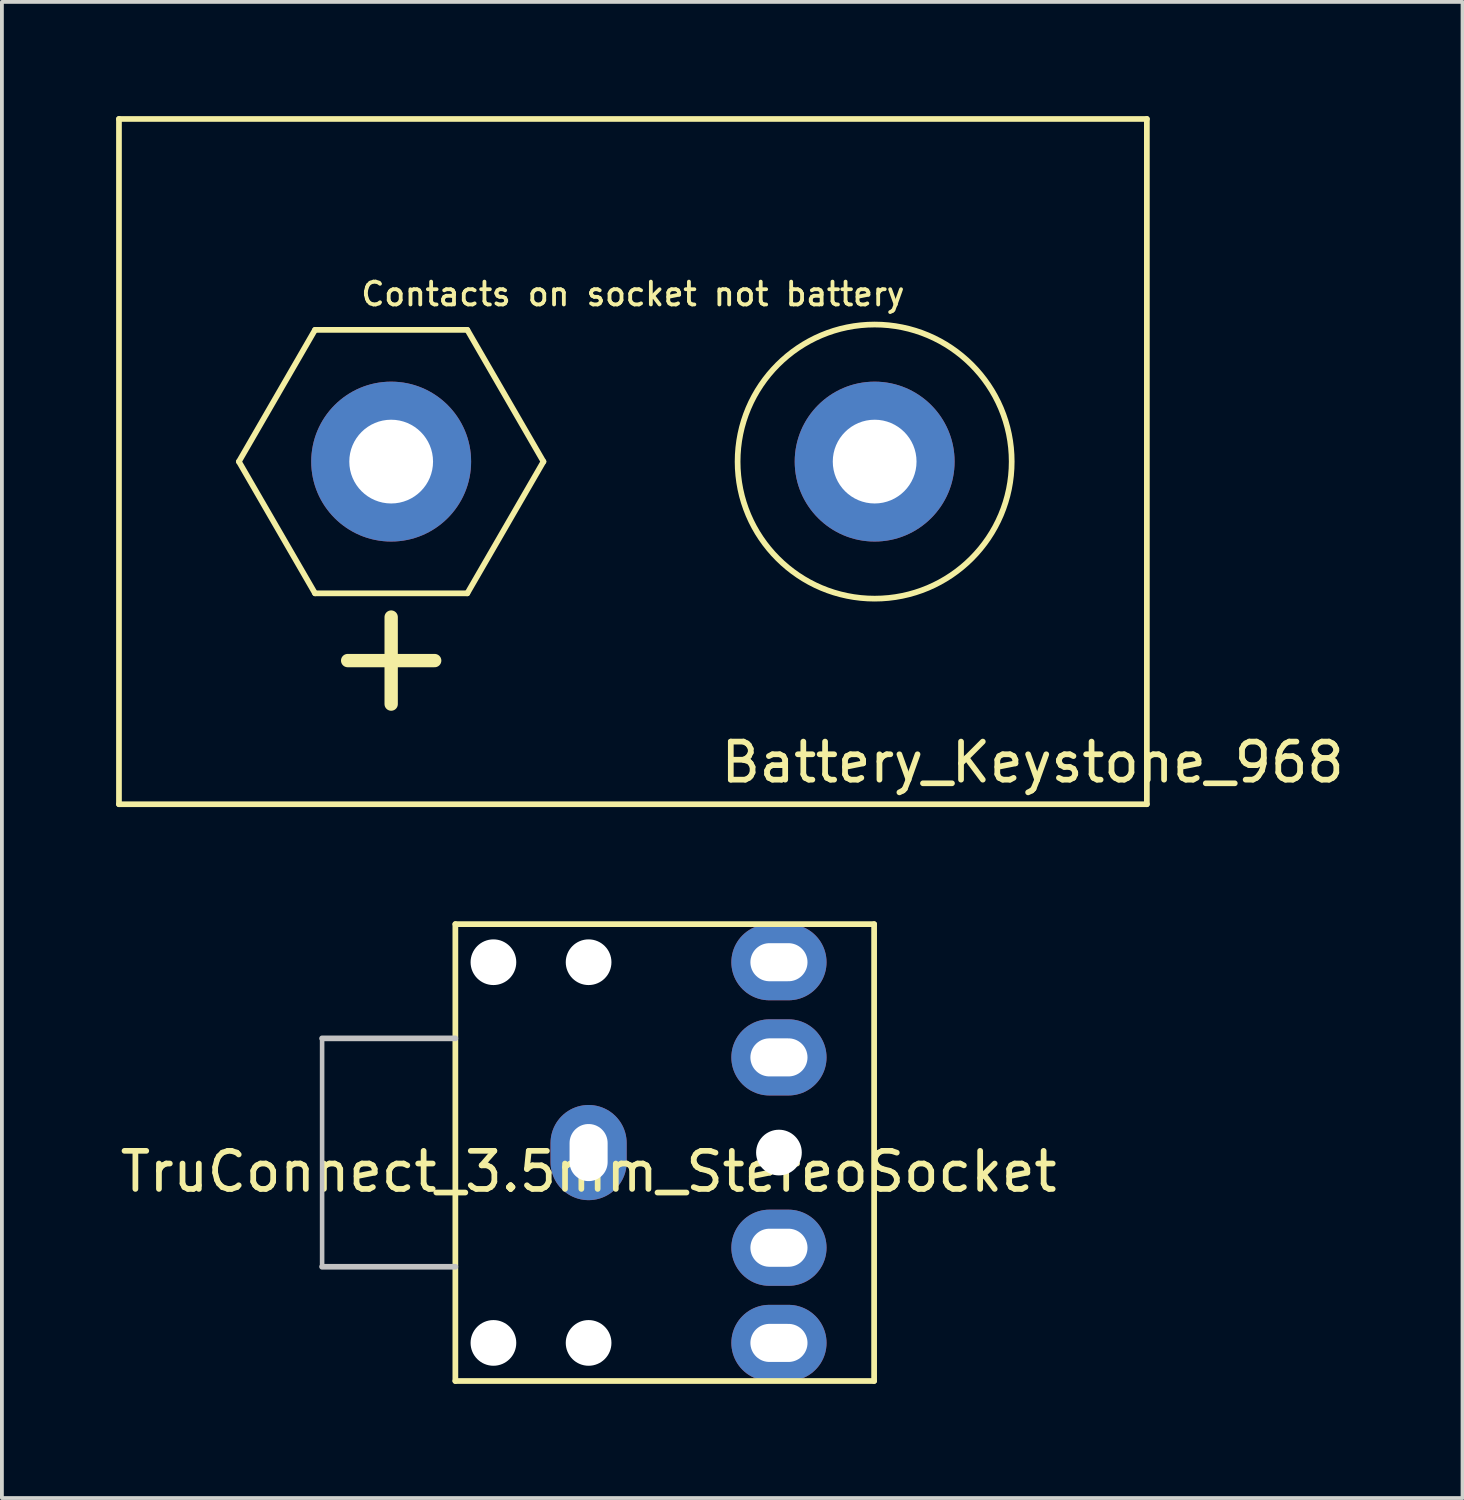
<source format=kicad_pcb>
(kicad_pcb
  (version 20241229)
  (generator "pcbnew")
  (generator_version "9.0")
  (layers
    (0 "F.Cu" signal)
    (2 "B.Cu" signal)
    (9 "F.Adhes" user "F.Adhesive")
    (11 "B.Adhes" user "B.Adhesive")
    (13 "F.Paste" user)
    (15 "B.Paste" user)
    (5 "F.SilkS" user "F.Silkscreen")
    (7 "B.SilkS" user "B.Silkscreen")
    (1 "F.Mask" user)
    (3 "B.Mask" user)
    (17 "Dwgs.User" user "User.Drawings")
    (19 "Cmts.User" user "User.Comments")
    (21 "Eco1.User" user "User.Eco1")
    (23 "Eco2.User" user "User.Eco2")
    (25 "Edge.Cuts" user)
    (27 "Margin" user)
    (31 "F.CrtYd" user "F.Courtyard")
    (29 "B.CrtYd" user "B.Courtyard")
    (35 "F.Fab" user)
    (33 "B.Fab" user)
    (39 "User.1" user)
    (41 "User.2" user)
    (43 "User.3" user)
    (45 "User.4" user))
  (footprint "TruConnect_3.5mm_StereoSocket"
    (layer "F.Cu")
    (at 12.411 27.225)
    (property "Reference" "TruConnect_3.5mm_StereoSocket" (at 0 0.5 0) (layer "F.SilkS") (effects (font (size 1 1) (thickness 0.15))))
    (attr through_hole)
    (fp_line (start -3.5 -6) (end 7.5 -6) (stroke (width 0.15) (type solid)) (layer "F.SilkS"))
    (fp_line (start -3.5 6) (end -3.5 -6) (stroke (width 0.15) (type solid)) (layer "F.SilkS"))
    (fp_line (start 7.5 -6) (end 7.5 6) (stroke (width 0.15) (type solid)) (layer "F.SilkS"))
    (fp_line (start 7.5 6) (end -3.5 6) (stroke (width 0.15) (type solid)) (layer "F.SilkS"))
    (fp_line (start -7 -3) (end -7 3) (stroke (width 0.12) (type solid)) (layer "Dwgs.User"))
    (fp_line (start -3.5 -3) (end -7 -3) (stroke (width 0.15) (type solid)) (layer "Dwgs.User"))
    (fp_line (start -3.5 3) (end -7 3) (stroke (width 0.15) (type solid)) (layer "Dwgs.User"))
    (pad "" np_thru_hole circle (at -2.5 -5) (size 1.2 1.2) (drill 1.2) (layers "*.Cu" "*.Mask"))
    (pad "" np_thru_hole circle (at -2.5 5) (size 1.2 1.2) (drill 1.2) (layers "*.Cu" "*.Mask"))
    (pad "" np_thru_hole circle (at 0 -5) (size 1.2 1.2) (drill 1.2) (layers "*.Cu" "*.Mask"))
    (pad "" np_thru_hole circle (at 0 5) (size 1.2 1.2) (drill 1.2) (layers "*.Cu" "*.Mask"))
    (pad "" np_thru_hole circle (at 5 0) (size 1.2 1.2) (drill 1.2) (layers "*.Cu" "*.Mask"))
    (pad "R" thru_hole oval (at 5 -5) (size 2.5 2) (drill oval 1.5 1) (layers "*.Cu" "*.Mask"))
    (pad "R" thru_hole oval (at 5 -2.5) (size 2.5 2) (drill oval 1.5 1) (layers "*.Cu" "*.Mask"))
    (pad "S" thru_hole oval (at 0 0) (size 2 2.5) (drill oval 1 1.5) (layers "*.Cu" "*.Mask"))
    (pad "T" thru_hole oval (at 5 2.5) (size 2.5 2) (drill oval 1.5 1) (layers "*.Cu" "*.Mask"))
    (pad "T" thru_hole oval (at 5 5) (size 2.5 2) (drill oval 1.5 1) (layers "*.Cu" "*.Mask")))
  (footprint "Battery_Keystone_968"
    (layer "F.Cu")
    (at 13.575 9.075)
    (property "Reference" "Battery_Keystone_968" (at 10.5 7.9 0) (layer "F.SilkS") (effects (font (size 1 1) (thickness 0.15))))
    (attr through_hole)
    (fp_line (start -13.5 -9) (end 13.5 -9) (stroke (width 0.15) (type solid)) (layer "F.SilkS"))
    (fp_line (start -13.5 9) (end -13.5 -9) (stroke (width 0.15) (type solid)) (layer "F.SilkS"))
    (fp_line (start -10.35 0) (end -8.35 -3.46) (stroke (width 0.15) (type solid)) (layer "F.SilkS"))
    (fp_line (start -8.35 -3.46) (end -4.35 -3.46) (stroke (width 0.15) (type solid)) (layer "F.SilkS"))
    (fp_line (start -8.35 3.46) (end -10.35 0) (stroke (width 0.15) (type solid)) (layer "F.SilkS"))
    (fp_line (start -4.35 -3.46) (end -2.35 0) (stroke (width 0.15) (type solid)) (layer "F.SilkS"))
    (fp_line (start -4.35 3.46) (end -8.35 3.46) (stroke (width 0.15) (type solid)) (layer "F.SilkS"))
    (fp_line (start -2.35 0) (end -4.35 3.46) (stroke (width 0.15) (type solid)) (layer "F.SilkS"))
    (fp_line (start 13.5 -9) (end 13.5 9) (stroke (width 0.15) (type solid)) (layer "F.SilkS"))
    (fp_line (start 13.5 9) (end -13.5 9) (stroke (width 0.15) (type solid)) (layer "F.SilkS"))
    (fp_circle (center 6.35 0) (end 9.95 0) (stroke (width 0.15) (type solid)) (fill no) (layer "F.SilkS"))
    (fp_text user "Contacts on socket not battery" (at 0 -4.4 0) (layer "F.SilkS") (effects (font (size 0.6 0.6) (thickness 0.1))))
    (fp_text user "+" (at -6.35 5 0) (layer "F.SilkS") (effects (font (size 3 3) (thickness 0.35))))
    (pad "1" thru_hole circle (at -6.35 0) (size 4.2 4.2) (drill 2.2) (layers "*.Cu" "*.Mask"))
    (pad "2" thru_hole circle (at 6.35 0) (size 4.2 4.2) (drill 2.2) (layers "*.Cu" "*.Mask")))
  (gr_rect
    (start -3 -3)
    (end 35.367 36.3)
    (stroke (width 0.1) (type default))
    (fill no)
    (layer "Edge.Cuts")))
</source>
